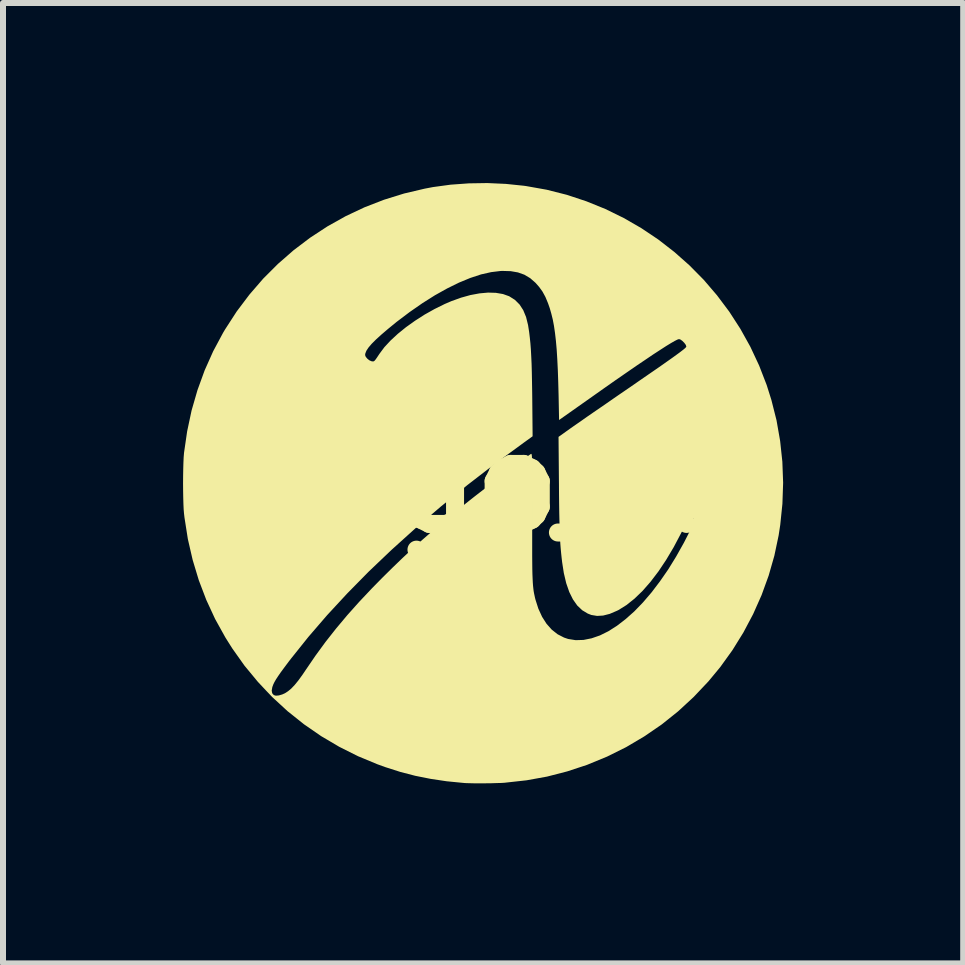
<source format=kicad_pcb>
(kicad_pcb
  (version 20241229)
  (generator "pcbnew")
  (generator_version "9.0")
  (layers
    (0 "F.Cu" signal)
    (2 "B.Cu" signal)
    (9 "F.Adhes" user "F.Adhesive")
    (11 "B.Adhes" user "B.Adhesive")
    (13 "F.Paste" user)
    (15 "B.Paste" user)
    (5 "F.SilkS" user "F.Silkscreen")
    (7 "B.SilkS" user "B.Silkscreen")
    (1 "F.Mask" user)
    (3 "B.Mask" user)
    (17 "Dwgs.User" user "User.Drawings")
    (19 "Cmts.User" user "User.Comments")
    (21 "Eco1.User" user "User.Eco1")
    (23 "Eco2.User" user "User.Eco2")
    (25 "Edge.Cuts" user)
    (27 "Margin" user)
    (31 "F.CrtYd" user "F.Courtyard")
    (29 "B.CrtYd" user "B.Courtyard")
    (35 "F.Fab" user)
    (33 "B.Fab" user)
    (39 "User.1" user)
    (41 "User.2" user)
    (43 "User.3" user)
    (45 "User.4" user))
  (footprint "logo_x"
    (layer "F.Cu")
    (at 4.996 5.001)
    (property "Reference" "logo_x" (at 0 0 0) (layer "F.SilkS") (effects (font (size 1.5 1.5) (thickness 0.3))))
    (attr board_only exclude_from_pos_files exclude_from_bom)
    (fp_poly (pts (xy 0.383 -4.987) (xy 0.683 -4.956) (xy 0.719 -4.951) (xy 1.062 -4.89) (xy 1.398 -4.805) (xy 1.724 -4.697) (xy 2.04 -4.569) (xy 2.346 -4.419) (xy 2.639 -4.25) (xy 2.921 -4.061) (xy 3.188 -3.854) (xy 3.441 -3.63) (xy 3.679 -3.389) (xy 3.9 -3.131) (xy 4.104 -2.859) (xy 4.289 -2.573) (xy 4.456 -2.273) (xy 4.602 -1.961) (xy 4.728 -1.636) (xy 4.807 -1.385) (xy 4.892 -1.048) (xy 4.952 -0.705) (xy 4.989 -0.358) (xy 5.002 -0.008) (xy 4.99 0.343) (xy 4.954 0.693) (xy 4.927 0.87) (xy 4.856 1.207) (xy 4.761 1.539) (xy 4.643 1.864) (xy 4.502 2.181) (xy 4.34 2.487) (xy 4.157 2.782) (xy 3.954 3.064) (xy 3.757 3.302) (xy 3.512 3.561) (xy 3.252 3.801) (xy 2.977 4.021) (xy 2.688 4.219) (xy 2.385 4.398) (xy 2.069 4.555) (xy 1.739 4.691) (xy 1.731 4.694) (xy 1.403 4.802) (xy 1.069 4.888) (xy 0.727 4.95) (xy 0.374 4.989) (xy 0.37 4.99) (xy 0.308 4.994) (xy 0.228 4.996) (xy 0.136 4.999) (xy 0.039 5) (xy -0.059 5) (xy -0.151 5) (xy -0.233 4.998) (xy -0.297 4.996) (xy -0.319 4.994) (xy -0.604 4.966) (xy -0.871 4.926) (xy -1.127 4.875) (xy -1.377 4.81) (xy -1.627 4.73) (xy -1.757 4.683) (xy -2.082 4.548) (xy -2.395 4.391) (xy -2.695 4.214) (xy -2.982 4.016) (xy -3.254 3.799) (xy -3.51 3.563) (xy -3.612 3.456) (xy -3.519 3.456) (xy -3.511 3.499) (xy -3.484 3.53) (xy -3.484 3.53) (xy -3.45 3.54) (xy -3.401 3.536) (xy -3.345 3.52) (xy -3.3 3.5) (xy -3.247 3.466) (xy -3.193 3.421) (xy -3.136 3.361) (xy -3.074 3.285) (xy -3.006 3.191) (xy -2.948 3.105) (xy -2.788 2.871) (xy -2.622 2.644) (xy -2.447 2.422) (xy -2.261 2.2) (xy -2.061 1.976) (xy -1.844 1.746) (xy -1.676 1.575) (xy -1.505 1.406) (xy -1.339 1.246) (xy -1.175 1.093) (xy -1.008 0.942) (xy -0.834 0.791) (xy -0.65 0.635) (xy -0.452 0.472) (xy -0.285 0.337) (xy -0.221 0.286) (xy -0.145 0.226) (xy -0.06 0.16) (xy 0.031 0.09) (xy 0.126 0.017) (xy 0.222 -0.057) (xy 0.319 -0.131) (xy 0.412 -0.202) (xy 0.501 -0.269) (xy 0.583 -0.33) (xy 0.655 -0.384) (xy 0.715 -0.428) (xy 0.762 -0.462) (xy 0.792 -0.482) (xy 0.8 -0.488) (xy 0.804 -0.489) (xy 0.808 -0.488) (xy 0.811 -0.482) (xy 0.813 -0.471) (xy 0.816 -0.452) (xy 0.817 -0.424) (xy 0.819 -0.385) (xy 0.82 -0.335) (xy 0.821 -0.271) (xy 0.821 -0.192) (xy 0.822 -0.096) (xy 0.822 0.019) (xy 0.822 0.153) (xy 0.821 0.308) (xy 0.821 0.487) (xy 0.821 0.554) (xy 0.821 0.752) (xy 0.821 0.926) (xy 0.821 1.08) (xy 0.821 1.214) (xy 0.822 1.33) (xy 0.823 1.43) (xy 0.825 1.516) (xy 0.828 1.589) (xy 0.831 1.652) (xy 0.835 1.707) (xy 0.84 1.754) (xy 0.845 1.796) (xy 0.852 1.835) (xy 0.86 1.872) (xy 0.868 1.91) (xy 0.876 1.941) (xy 0.924 2.091) (xy 0.986 2.226) (xy 1.06 2.342) (xy 1.147 2.44) (xy 1.245 2.517) (xy 1.352 2.572) (xy 1.42 2.595) (xy 1.545 2.615) (xy 1.676 2.611) (xy 1.811 2.584) (xy 1.95 2.536) (xy 2.091 2.466) (xy 2.234 2.375) (xy 2.378 2.264) (xy 2.523 2.135) (xy 2.667 1.986) (xy 2.809 1.82) (xy 2.949 1.636) (xy 3.087 1.437) (xy 3.22 1.221) (xy 3.349 0.991) (xy 3.419 0.854) (xy 3.459 0.772) (xy 3.488 0.709) (xy 3.507 0.662) (xy 3.515 0.628) (xy 3.515 0.605) (xy 3.506 0.589) (xy 3.499 0.584) (xy 3.479 0.577) (xy 3.458 0.583) (xy 3.435 0.604) (xy 3.407 0.641) (xy 3.373 0.697) (xy 3.332 0.773) (xy 3.301 0.834) (xy 3.179 1.065) (xy 3.053 1.277) (xy 2.925 1.469) (xy 2.793 1.642) (xy 2.66 1.794) (xy 2.526 1.923) (xy 2.392 2.03) (xy 2.259 2.113) (xy 2.232 2.126) (xy 2.113 2.177) (xy 2.003 2.205) (xy 1.902 2.211) (xy 1.806 2.195) (xy 1.747 2.172) (xy 1.654 2.116) (xy 1.572 2.038) (xy 1.5 1.936) (xy 1.439 1.813) (xy 1.388 1.666) (xy 1.348 1.497) (xy 1.32 1.316) (xy 1.311 1.238) (xy 1.303 1.162) (xy 1.296 1.087) (xy 1.29 1.01) (xy 1.285 0.927) (xy 1.281 0.838) (xy 1.278 0.738) (xy 1.275 0.625) (xy 1.272 0.498) (xy 1.27 0.353) (xy 1.268 0.187) (xy 1.267 0.023) (xy 1.26 -0.772) (xy 1.452 -0.909) (xy 1.499 -0.942) (xy 1.563 -0.987) (xy 1.643 -1.042) (xy 1.735 -1.107) (xy 1.838 -1.178) (xy 1.949 -1.254) (xy 2.065 -1.334) (xy 2.183 -1.416) (xy 2.27 -1.476) (xy 2.45 -1.599) (xy 2.61 -1.71) (xy 2.752 -1.808) (xy 2.877 -1.894) (xy 2.985 -1.969) (xy 3.077 -2.034) (xy 3.155 -2.089) (xy 3.22 -2.136) (xy 3.272 -2.174) (xy 3.314 -2.206) (xy 3.345 -2.23) (xy 3.367 -2.249) (xy 3.381 -2.263) (xy 3.388 -2.273) (xy 3.389 -2.277) (xy 3.38 -2.305) (xy 3.355 -2.339) (xy 3.323 -2.371) (xy 3.291 -2.394) (xy 3.267 -2.401) (xy 3.243 -2.394) (xy 3.199 -2.372) (xy 3.136 -2.336) (xy 3.054 -2.286) (xy 2.955 -2.222) (xy 2.838 -2.146) (xy 2.705 -2.056) (xy 2.555 -1.955) (xy 2.39 -1.841) (xy 2.209 -1.716) (xy 2.014 -1.579) (xy 1.826 -1.446) (xy 1.269 -1.053) (xy 1.261 -1.461) (xy 1.255 -1.686) (xy 1.248 -1.887) (xy 1.239 -2.068) (xy 1.229 -2.229) (xy 1.216 -2.374) (xy 1.201 -2.504) (xy 1.184 -2.621) (xy 1.164 -2.727) (xy 1.14 -2.824) (xy 1.114 -2.915) (xy 1.085 -2.998) (xy 1.041 -3.104) (xy 0.993 -3.192) (xy 0.937 -3.27) (xy 0.875 -3.34) (xy 0.788 -3.416) (xy 0.691 -3.474) (xy 0.584 -3.512) (xy 0.464 -3.533) (xy 0.327 -3.537) (xy 0.294 -3.536) (xy 0.138 -3.517) (xy -0.031 -3.479) (xy -0.21 -3.42) (xy -0.399 -3.342) (xy -0.596 -3.245) (xy -0.8 -3.131) (xy -1.009 -2.999) (xy -1.222 -2.851) (xy -1.439 -2.687) (xy -1.583 -2.569) (xy -1.693 -2.475) (xy -1.783 -2.393) (xy -1.854 -2.322) (xy -1.906 -2.261) (xy -1.941 -2.208) (xy -1.959 -2.163) (xy -1.963 -2.136) (xy -1.953 -2.108) (xy -1.928 -2.077) (xy -1.894 -2.049) (xy -1.859 -2.033) (xy -1.855 -2.032) (xy -1.837 -2.029) (xy -1.822 -2.03) (xy -1.808 -2.038) (xy -1.792 -2.056) (xy -1.769 -2.088) (xy -1.737 -2.136) (xy -1.723 -2.157) (xy -1.642 -2.266) (xy -1.539 -2.377) (xy -1.418 -2.489) (xy -1.281 -2.6) (xy -1.131 -2.707) (xy -0.972 -2.809) (xy -0.806 -2.902) (xy -0.636 -2.986) (xy -0.529 -3.032) (xy -0.366 -3.091) (xy -0.208 -3.135) (xy -0.057 -3.163) (xy 0.086 -3.176) (xy 0.216 -3.172) (xy 0.334 -3.152) (xy 0.435 -3.116) (xy 0.441 -3.113) (xy 0.534 -3.054) (xy 0.611 -2.977) (xy 0.672 -2.883) (xy 0.719 -2.769) (xy 0.752 -2.636) (xy 0.756 -2.61) (xy 0.77 -2.521) (xy 0.781 -2.429) (xy 0.791 -2.333) (xy 0.799 -2.229) (xy 0.805 -2.115) (xy 0.811 -1.988) (xy 0.815 -1.845) (xy 0.818 -1.684) (xy 0.821 -1.501) (xy 0.822 -1.419) (xy 0.828 -0.782) (xy 0.68 -0.675) (xy 0.201 -0.324) (xy -0.259 0.031) (xy -0.701 0.389) (xy -1.122 0.749) (xy -1.523 1.111) (xy -1.903 1.473) (xy -2.261 1.837) (xy -2.596 2.199) (xy -2.908 2.561) (xy -3.196 2.921) (xy -3.231 2.966) (xy -3.305 3.065) (xy -3.365 3.146) (xy -3.412 3.214) (xy -3.448 3.269) (xy -3.475 3.316) (xy -3.494 3.356) (xy -3.507 3.392) (xy -3.509 3.397) (xy -3.519 3.456) (xy -3.612 3.456) (xy -3.75 3.309) (xy -3.973 3.039) (xy -4.177 2.751) (xy -4.291 2.57) (xy -4.462 2.262) (xy -4.609 1.944) (xy -4.734 1.616) (xy -4.836 1.278) (xy -4.916 0.931) (xy -4.972 0.574) (xy -4.98 0.506) (xy -4.986 0.436) (xy -4.99 0.345) (xy -4.993 0.239) (xy -4.995 0.123) (xy -4.996 0.002) (xy -4.995 -0.119) (xy -4.993 -0.235) (xy -4.99 -0.341) (xy -4.986 -0.433) (xy -4.98 -0.504) (xy -4.98 -0.506) (xy -4.928 -0.864) (xy -4.854 -1.212) (xy -4.756 -1.551) (xy -4.636 -1.881) (xy -4.494 -2.199) (xy -4.329 -2.507) (xy -4.295 -2.564) (xy -4.102 -2.862) (xy -3.89 -3.143) (xy -3.661 -3.408) (xy -3.415 -3.654) (xy -3.154 -3.882) (xy -2.878 -4.091) (xy -2.589 -4.28) (xy -2.287 -4.449) (xy -1.973 -4.597) (xy -1.648 -4.723) (xy -1.313 -4.827) (xy -0.969 -4.908) (xy -0.832 -4.934) (xy -0.539 -4.974) (xy -0.235 -4.996) (xy 0.074 -5.001)) (stroke (width 0) (type solid)) (fill yes) (layer "F.SilkS")))
  (gr_rect
    (start -3 -3)
    (end 12.998 13.001)
    (stroke (width 0.1) (type default))
    (fill no)
    (layer "Edge.Cuts")))
</source>
